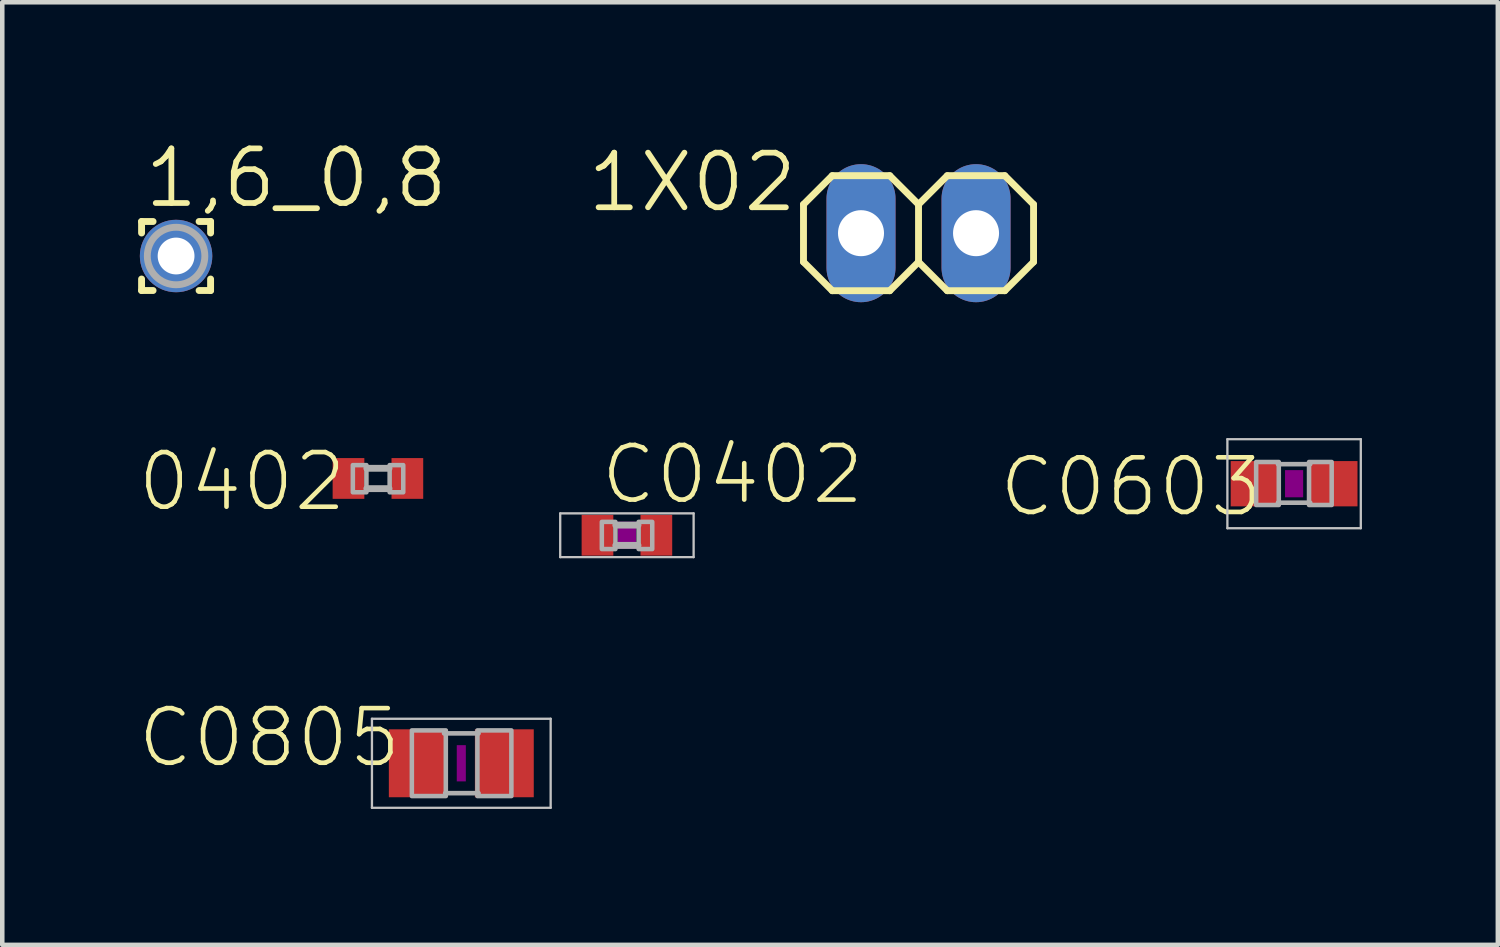
<source format=kicad_pcb>
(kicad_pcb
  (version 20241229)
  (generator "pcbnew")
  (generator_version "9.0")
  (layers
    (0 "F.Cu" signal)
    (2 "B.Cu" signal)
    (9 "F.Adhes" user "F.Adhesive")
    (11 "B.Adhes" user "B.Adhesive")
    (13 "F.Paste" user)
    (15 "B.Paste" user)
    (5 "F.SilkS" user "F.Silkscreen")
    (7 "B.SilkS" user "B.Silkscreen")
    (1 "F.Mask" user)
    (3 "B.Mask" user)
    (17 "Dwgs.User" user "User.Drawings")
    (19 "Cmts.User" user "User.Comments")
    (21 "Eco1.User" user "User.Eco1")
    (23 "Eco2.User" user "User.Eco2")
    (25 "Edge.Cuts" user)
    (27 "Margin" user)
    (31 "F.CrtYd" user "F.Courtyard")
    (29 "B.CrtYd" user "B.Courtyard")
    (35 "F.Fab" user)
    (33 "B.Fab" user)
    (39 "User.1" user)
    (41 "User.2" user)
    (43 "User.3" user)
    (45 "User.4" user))
  (footprint "0402"
    (layer "F.Cu")
    (at 4.66 7.515)
    (property "Reference" "0402" (at 0 -0.635 0) (layer "F.SilkS") (effects (font (size 1.206 1.206) (thickness 0.102)) (justify right top)))
    (attr through_hole)
    (fp_line (start 0.39 -0.224) (end 0.88 -0.224) (stroke (width 0.152) (type solid)) (layer "F.Fab"))
    (fp_line (start 0.88 0.224) (end 0.39 0.224) (stroke (width 0.152) (type solid)) (layer "F.Fab"))
    (fp_poly (pts (xy 0.081 0.305) (xy 0.381 0.305) (xy 0.381 -0.295) (xy 0.081 -0.295)) (stroke (width 0.1) (type solid)) (fill no) (layer "F.Fab"))
    (fp_poly (pts (xy 0.894 0.305) (xy 1.194 0.305) (xy 1.194 -0.295) (xy 0.894 -0.295)) (stroke (width 0.1) (type solid)) (fill no) (layer "F.Fab"))
    (pad "1" smd rect (at -0.015 0) (size 0.7 0.9) (layers "F.Cu" "F.Mask" "F.Paste"))
    (pad "2" smd rect (at 1.285 0) (size 0.7 0.9) (layers "F.Cu" "F.Mask" "F.Paste")))
  (footprint "1,6_0,8"
    (layer "F.Cu")
    (at 0.838 2.603)
    (property "Reference" "1,6_0,8" (at -0.762 -1.016 0) (layer "F.SilkS") (effects (font (size 1.206 1.206) (thickness 0.127)) (justify left bottom)))
    (attr through_hole)
    (fp_line (start -0.762 -0.762) (end -0.762 -0.508) (stroke (width 0.152) (type solid)) (layer "F.SilkS"))
    (fp_line (start -0.762 -0.762) (end -0.508 -0.762) (stroke (width 0.152) (type solid)) (layer "F.SilkS"))
    (fp_line (start -0.762 0.762) (end -0.762 0.508) (stroke (width 0.152) (type solid)) (layer "F.SilkS"))
    (fp_line (start -0.508 0.762) (end -0.762 0.762) (stroke (width 0.152) (type solid)) (layer "F.SilkS"))
    (fp_line (start 0.762 -0.762) (end 0.508 -0.762) (stroke (width 0.152) (type solid)) (layer "F.SilkS"))
    (fp_line (start 0.762 -0.762) (end 0.762 -0.508) (stroke (width 0.152) (type solid)) (layer "F.SilkS"))
    (fp_line (start 0.762 0.508) (end 0.762 0.762) (stroke (width 0.152) (type solid)) (layer "F.SilkS"))
    (fp_line (start 0.762 0.762) (end 0.508 0.762) (stroke (width 0.152) (type solid)) (layer "F.SilkS"))
    (fp_circle (center 0 0) (end 0.635 0) (stroke (width 0.152) (type solid)) (fill no) (layer "F.Fab"))
    (pad "1" thru_hole circle (at 0 0) (size 1.6 1.6) (drill 0.813) (layers "*.Cu" "*.Mask")))
  (footprint "C0402"
    (layer "F.Cu")
    (at 10.793 8.769)
    (property "Reference" "C0402" (at -0.635 -0.635 0) (layer "F.SilkS") (effects (font (size 1.206 1.206) (thickness 0.102)) (justify left bottom)))
    (attr through_hole)
    (fp_poly (pts (xy -0.2 0.3) (xy 0.2 0.3) (xy 0.2 -0.3) (xy -0.2 -0.3)) (stroke (width 0) (type solid)) (fill yes) (layer "F.Adhes"))
    (fp_line (start -1.473 -0.483) (end 1.473 -0.483) (stroke (width 0.051) (type solid)) (layer "Dwgs.User"))
    (fp_line (start -1.473 0.483) (end -1.473 -0.483) (stroke (width 0.051) (type solid)) (layer "Dwgs.User"))
    (fp_line (start 1.473 -0.483) (end 1.473 0.483) (stroke (width 0.051) (type solid)) (layer "Dwgs.User"))
    (fp_line (start 1.473 0.483) (end -1.473 0.483) (stroke (width 0.051) (type solid)) (layer "Dwgs.User"))
    (fp_line (start -0.245 -0.224) (end 0.245 -0.224) (stroke (width 0.152) (type solid)) (layer "F.Fab"))
    (fp_line (start 0.245 0.224) (end -0.245 0.224) (stroke (width 0.152) (type solid)) (layer "F.Fab"))
    (fp_poly (pts (xy -0.554 0.305) (xy -0.254 0.305) (xy -0.254 -0.295) (xy -0.554 -0.295)) (stroke (width 0.1) (type solid)) (fill no) (layer "F.Fab"))
    (fp_poly (pts (xy 0.259 0.305) (xy 0.559 0.305) (xy 0.559 -0.295) (xy 0.259 -0.295)) (stroke (width 0.1) (type solid)) (fill no) (layer "F.Fab"))
    (pad "1" smd rect (at -0.65 0) (size 0.7 0.9) (layers "F.Cu" "F.Mask" "F.Paste"))
    (pad "2" smd rect (at 0.65 0) (size 0.7 0.9) (layers "F.Cu" "F.Mask" "F.Paste")))
  (footprint "C0805"
    (layer "F.Cu")
    (at 7.136 13.804)
    (property "Reference" "C0805" (at -1.27 -1.27 0) (layer "F.SilkS") (effects (font (size 1.206 1.206) (thickness 0.102)) (justify right top)))
    (attr through_hole)
    (fp_poly (pts (xy -0.1 0.4) (xy 0.1 0.4) (xy 0.1 -0.4) (xy -0.1 -0.4)) (stroke (width 0) (type solid)) (fill yes) (layer "F.Adhes"))
    (fp_line (start -1.973 -0.983) (end 1.973 -0.983) (stroke (width 0.051) (type solid)) (layer "Dwgs.User"))
    (fp_line (start -1.973 0.983) (end -1.973 -0.983) (stroke (width 0.051) (type solid)) (layer "Dwgs.User"))
    (fp_line (start 1.973 -0.983) (end 1.973 0.983) (stroke (width 0.051) (type solid)) (layer "Dwgs.User"))
    (fp_line (start 1.973 0.983) (end -1.973 0.983) (stroke (width 0.051) (type solid)) (layer "Dwgs.User"))
    (fp_line (start -0.381 -0.66) (end 0.381 -0.66) (stroke (width 0.102) (type solid)) (layer "F.Fab"))
    (fp_line (start -0.356 0.66) (end 0.381 0.66) (stroke (width 0.102) (type solid)) (layer "F.Fab"))
    (fp_poly (pts (xy -1.092 0.724) (xy -0.342 0.724) (xy -0.342 -0.726) (xy -1.092 -0.726)) (stroke (width 0.1) (type solid)) (fill no) (layer "F.Fab"))
    (fp_poly (pts (xy 0.356 0.724) (xy 1.106 0.724) (xy 1.106 -0.726) (xy 0.356 -0.726)) (stroke (width 0.1) (type solid)) (fill no) (layer "F.Fab"))
    (pad "1" smd rect (at -0.95 0) (size 1.3 1.5) (layers "F.Cu" "F.Mask" "F.Paste"))
    (pad "2" smd rect (at 0.95 0) (size 1.3 1.5) (layers "F.Cu" "F.Mask" "F.Paste")))
  (footprint "C0603"
    (layer "F.Cu")
    (at 25.525 7.631)
    (property "Reference" "C0603" (at -0.635 -0.635 0) (layer "F.SilkS") (effects (font (size 1.206 1.206) (thickness 0.102)) (justify right top)))
    (attr through_hole)
    (fp_poly (pts (xy -0.2 0.3) (xy 0.2 0.3) (xy 0.2 -0.3) (xy -0.2 -0.3)) (stroke (width 0) (type solid)) (fill yes) (layer "F.Adhes"))
    (fp_line (start -1.473 -0.983) (end 1.473 -0.983) (stroke (width 0.051) (type solid)) (layer "Dwgs.User"))
    (fp_line (start -1.473 0.983) (end -1.473 -0.983) (stroke (width 0.051) (type solid)) (layer "Dwgs.User"))
    (fp_line (start 1.473 -0.983) (end 1.473 0.983) (stroke (width 0.051) (type solid)) (layer "Dwgs.User"))
    (fp_line (start 1.473 0.983) (end -1.473 0.983) (stroke (width 0.051) (type solid)) (layer "Dwgs.User"))
    (fp_line (start -0.356 -0.432) (end 0.356 -0.432) (stroke (width 0.102) (type solid)) (layer "F.Fab"))
    (fp_line (start -0.356 0.419) (end 0.356 0.419) (stroke (width 0.102) (type solid)) (layer "F.Fab"))
    (fp_poly (pts (xy -0.838 0.47) (xy -0.338 0.47) (xy -0.338 -0.48) (xy -0.838 -0.48)) (stroke (width 0.1) (type solid)) (fill no) (layer "F.Fab"))
    (fp_poly (pts (xy 0.33 0.47) (xy 0.83 0.47) (xy 0.83 -0.48) (xy 0.33 -0.48)) (stroke (width 0.1) (type solid)) (fill no) (layer "F.Fab"))
    (pad "1" smd rect (at -0.85 0) (size 1.1 1) (layers "F.Cu" "F.Mask" "F.Paste"))
    (pad "2" smd rect (at 0.85 0) (size 1.1 1) (layers "F.Cu" "F.Mask" "F.Paste")))
  (footprint "1X02"
    (layer "F.Cu")
    (at 17.232 2.099)
    (property "Reference" "1X02" (at -2.616 -1.829 0) (layer "F.SilkS") (effects (font (size 1.206 1.206) (thickness 0.127)) (justify right top)))
    (attr through_hole)
    (fp_line (start -2.54 -0.635) (end -2.54 0.635) (stroke (width 0.152) (type solid)) (layer "F.SilkS"))
    (fp_line (start -2.54 0.635) (end -1.905 1.27) (stroke (width 0.152) (type solid)) (layer "F.SilkS"))
    (fp_line (start -1.905 -1.27) (end -2.54 -0.635) (stroke (width 0.152) (type solid)) (layer "F.SilkS"))
    (fp_line (start -1.905 -1.27) (end -0.635 -1.27) (stroke (width 0.152) (type solid)) (layer "F.SilkS"))
    (fp_line (start -0.635 -1.27) (end 0 -0.635) (stroke (width 0.152) (type solid)) (layer "F.SilkS"))
    (fp_line (start -0.635 1.27) (end -1.905 1.27) (stroke (width 0.152) (type solid)) (layer "F.SilkS"))
    (fp_line (start 0 -0.635) (end 0 0.635) (stroke (width 0.152) (type solid)) (layer "F.SilkS"))
    (fp_line (start 0 -0.635) (end 0.635 -1.27) (stroke (width 0.152) (type solid)) (layer "F.SilkS"))
    (fp_line (start 0 0.635) (end -0.635 1.27) (stroke (width 0.152) (type solid)) (layer "F.SilkS"))
    (fp_line (start 0.635 -1.27) (end 1.905 -1.27) (stroke (width 0.152) (type solid)) (layer "F.SilkS"))
    (fp_line (start 0.635 1.27) (end 0 0.635) (stroke (width 0.152) (type solid)) (layer "F.SilkS"))
    (fp_line (start 1.905 -1.27) (end 2.54 -0.635) (stroke (width 0.152) (type solid)) (layer "F.SilkS"))
    (fp_line (start 1.905 1.27) (end 0.635 1.27) (stroke (width 0.152) (type solid)) (layer "F.SilkS"))
    (fp_line (start 2.54 -0.635) (end 2.54 0.635) (stroke (width 0.152) (type solid)) (layer "F.SilkS"))
    (fp_line (start 2.54 0.635) (end 1.905 1.27) (stroke (width 0.152) (type solid)) (layer "F.SilkS"))
    (fp_poly (pts (xy -1.524 0.254) (xy -1.016 0.254) (xy -1.016 -0.254) (xy -1.524 -0.254)) (stroke (width 0.1) (type solid)) (fill no) (layer "F.Fab"))
    (fp_poly (pts (xy 1.016 0.254) (xy 1.524 0.254) (xy 1.524 -0.254) (xy 1.016 -0.254)) (stroke (width 0.1) (type solid)) (fill no) (layer "F.Fab"))
    (pad "1" thru_hole oval (at -1.27 0 90) (size 3.048 1.524) (drill 1.016) (layers "*.Cu" "*.Mask"))
    (pad "2" thru_hole oval (at 1.27 0 90) (size 3.048 1.524) (drill 1.016) (layers "*.Cu" "*.Mask")))
  (gr_rect
    (start -3 -3)
    (end 30.024 17.813)
    (stroke (width 0.1) (type default))
    (fill no)
    (layer "Edge.Cuts")))
</source>
